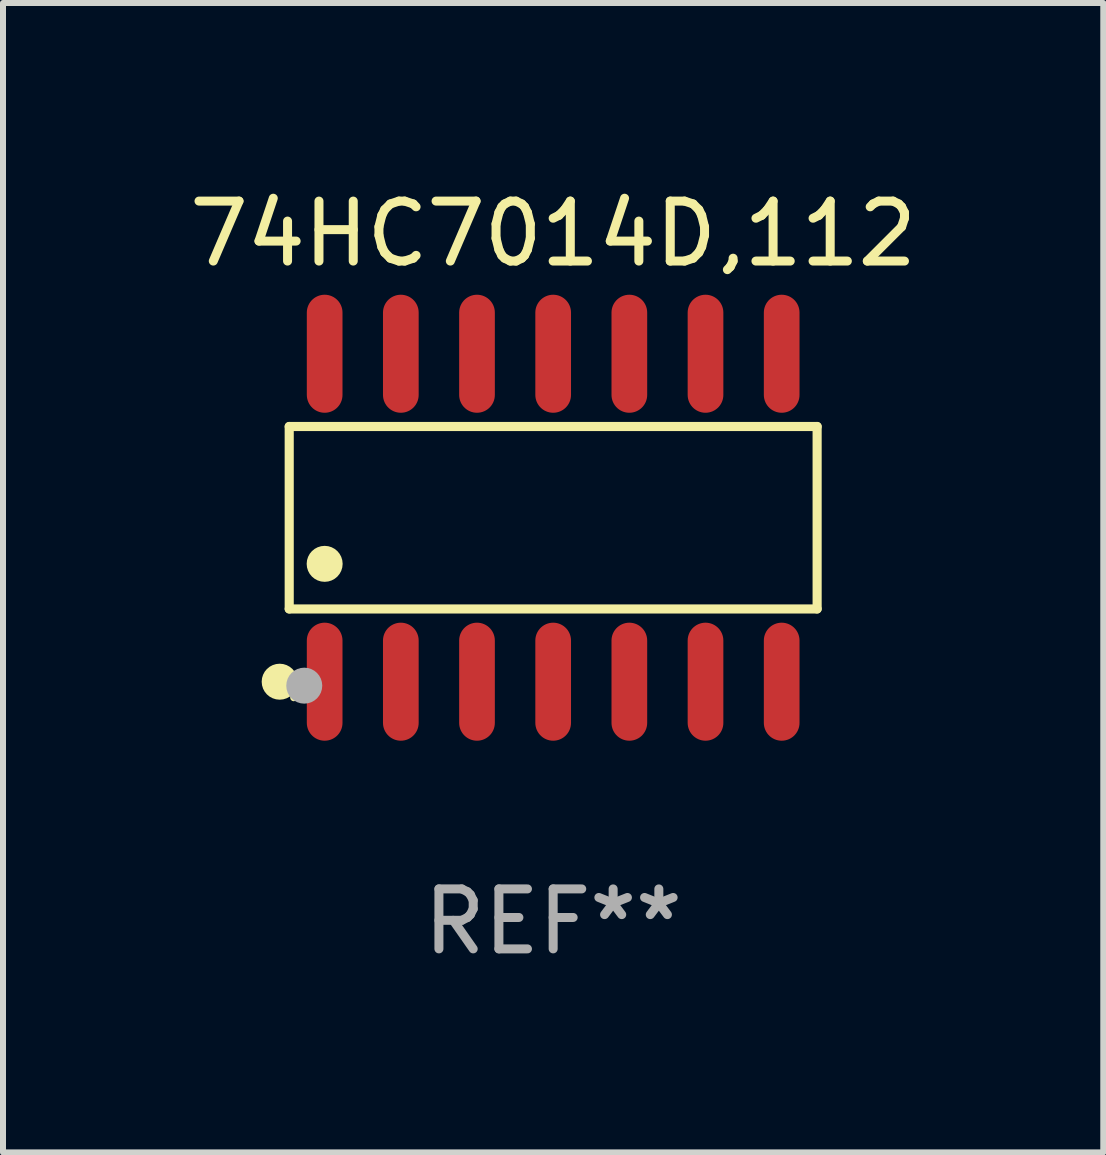
<source format=kicad_pcb>
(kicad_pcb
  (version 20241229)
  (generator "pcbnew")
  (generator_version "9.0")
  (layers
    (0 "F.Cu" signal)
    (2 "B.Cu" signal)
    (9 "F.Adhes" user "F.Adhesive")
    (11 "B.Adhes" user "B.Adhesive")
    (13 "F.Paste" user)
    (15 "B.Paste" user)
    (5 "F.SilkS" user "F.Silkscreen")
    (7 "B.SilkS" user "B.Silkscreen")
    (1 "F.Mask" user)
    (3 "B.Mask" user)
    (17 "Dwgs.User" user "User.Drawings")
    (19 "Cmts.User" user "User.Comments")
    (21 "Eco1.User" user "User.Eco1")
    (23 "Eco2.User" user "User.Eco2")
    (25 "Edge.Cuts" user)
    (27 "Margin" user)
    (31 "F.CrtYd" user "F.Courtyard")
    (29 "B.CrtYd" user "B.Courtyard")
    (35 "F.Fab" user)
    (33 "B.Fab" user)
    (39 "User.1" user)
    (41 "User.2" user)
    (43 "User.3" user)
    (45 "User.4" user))
  (footprint "74HC7014D,112"
    (layer "F.Cu")
    (at 6.173 5.582)
    (property "Reference" "74HC7014D,112" (at 0 -4.734 0) (layer "F.SilkS") (effects (font (size 1 1) (thickness 0.15))))
    (attr through_hole)
    (fp_line (start -4.401 -1.521) (end 4.401 -1.521) (stroke (width 0.152) (type solid)) (layer "F.SilkS"))
    (fp_line (start -4.401 1.521) (end -4.401 -1.521) (stroke (width 0.152) (type solid)) (layer "F.SilkS"))
    (fp_line (start 4.401 -1.521) (end 4.401 1.521) (stroke (width 0.152) (type solid)) (layer "F.SilkS"))
    (fp_line (start 4.401 1.521) (end -4.401 1.521) (stroke (width 0.152) (type solid)) (layer "F.SilkS"))
    (fp_circle (center -4.56 2.734) (end -4.41 2.734) (stroke (width 0.3) (type solid)) (fill no) (layer "F.SilkS"))
    (fp_circle (center -4.325 3) (end -4.295 3) (stroke (width 0.06) (type solid)) (fill no) (layer "F.SilkS"))
    (fp_circle (center -3.81 0.769) (end -3.66 0.769) (stroke (width 0.3) (type solid)) (fill no) (layer "F.SilkS"))
    (fp_circle (center -4.15 2.8) (end -4 2.8) (stroke (width 0.3) (type solid)) (fill no) (layer "F.Fab"))
    (fp_text user "REF**" (at 0 6.734 0) (layer "F.Fab") (effects (font (size 1 1) (thickness 0.15))))
    (pad "1" smd oval (at -3.81 2.734) (size 0.595 1.968) (layers "F.Cu" "F.Mask" "F.Paste"))
    (pad "2" smd oval (at -2.54 2.734) (size 0.595 1.968) (layers "F.Cu" "F.Mask" "F.Paste"))
    (pad "3" smd oval (at -1.27 2.734) (size 0.595 1.968) (layers "F.Cu" "F.Mask" "F.Paste"))
    (pad "4" smd oval (at 0 2.734) (size 0.595 1.968) (layers "F.Cu" "F.Mask" "F.Paste"))
    (pad "5" smd oval (at 1.27 2.734) (size 0.595 1.968) (layers "F.Cu" "F.Mask" "F.Paste"))
    (pad "6" smd oval (at 2.54 2.734) (size 0.595 1.968) (layers "F.Cu" "F.Mask" "F.Paste"))
    (pad "7" smd oval (at 3.81 2.734) (size 0.595 1.968) (layers "F.Cu" "F.Mask" "F.Paste"))
    (pad "8" smd oval (at 3.81 -2.734) (size 0.595 1.968) (layers "F.Cu" "F.Mask" "F.Paste"))
    (pad "9" smd oval (at 2.54 -2.734) (size 0.595 1.968) (layers "F.Cu" "F.Mask" "F.Paste"))
    (pad "10" smd oval (at 1.27 -2.734) (size 0.595 1.968) (layers "F.Cu" "F.Mask" "F.Paste"))
    (pad "11" smd oval (at 0 -2.734) (size 0.595 1.968) (layers "F.Cu" "F.Mask" "F.Paste"))
    (pad "12" smd oval (at -1.27 -2.734) (size 0.595 1.968) (layers "F.Cu" "F.Mask" "F.Paste"))
    (pad "13" smd oval (at -2.54 -2.734) (size 0.595 1.968) (layers "F.Cu" "F.Mask" "F.Paste"))
    (pad "14" smd oval (at -3.81 -2.734) (size 0.595 1.968) (layers "F.Cu" "F.Mask" "F.Paste")))
  (gr_rect
    (start -3 -3)
    (end 15.345 16.164)
    (stroke (width 0.1) (type default))
    (fill no)
    (layer "Edge.Cuts")))
</source>
